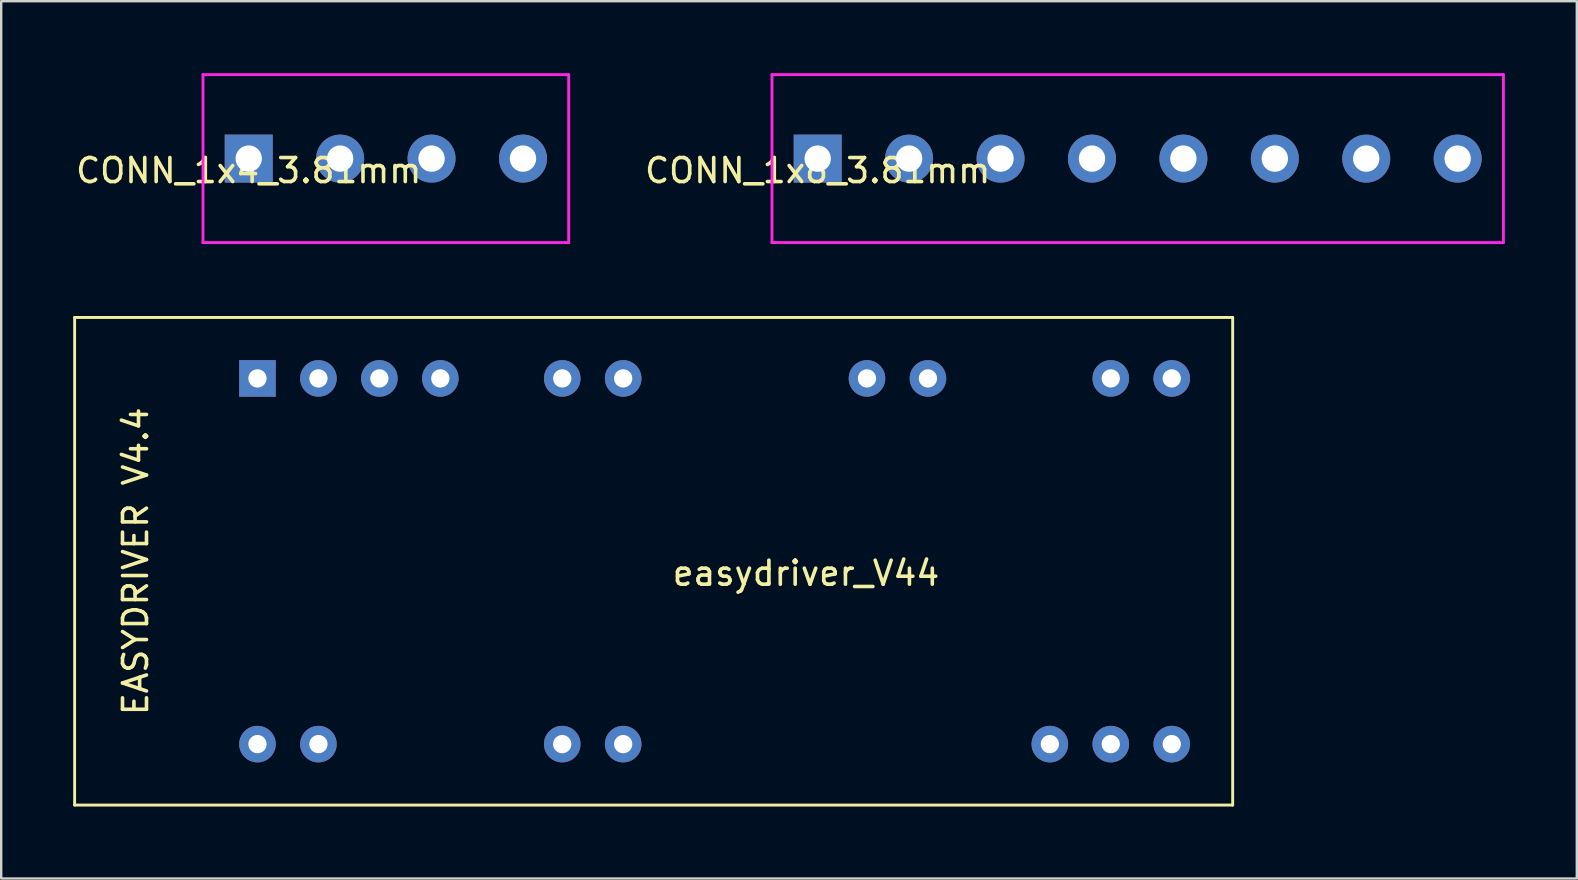
<source format=kicad_pcb>
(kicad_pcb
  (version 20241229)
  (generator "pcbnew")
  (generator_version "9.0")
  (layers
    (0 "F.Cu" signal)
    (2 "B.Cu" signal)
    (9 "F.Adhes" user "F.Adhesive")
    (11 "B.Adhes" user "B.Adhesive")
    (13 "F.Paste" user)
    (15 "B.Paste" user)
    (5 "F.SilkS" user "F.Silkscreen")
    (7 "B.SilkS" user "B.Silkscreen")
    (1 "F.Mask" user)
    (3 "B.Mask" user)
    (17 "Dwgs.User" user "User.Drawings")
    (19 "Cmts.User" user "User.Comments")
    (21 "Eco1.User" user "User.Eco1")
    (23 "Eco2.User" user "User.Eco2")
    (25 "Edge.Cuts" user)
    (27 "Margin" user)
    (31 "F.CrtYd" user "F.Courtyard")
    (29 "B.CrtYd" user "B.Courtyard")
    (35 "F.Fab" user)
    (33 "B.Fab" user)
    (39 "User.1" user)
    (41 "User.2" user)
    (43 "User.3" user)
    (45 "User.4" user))
  (footprint "CONN_1x4_3.81mm"
    (layer "F.Cu")
    (at 7.315 3.56)
    (property "Reference" "CONN_1x4_3.81mm" (at 0 0.5 0) (layer "F.SilkS") (effects (font (size 1 1) (thickness 0.15))))
    (attr through_hole)
    (fp_line (start -1.905 -3.5) (end -1.905 3.5) (stroke (width 0.12) (type solid)) (layer "F.CrtYd"))
    (fp_line (start -1.905 3.5) (end 13.335 3.5) (stroke (width 0.12) (type solid)) (layer "F.CrtYd"))
    (fp_line (start 13.335 -3.5) (end -1.905 -3.5) (stroke (width 0.12) (type solid)) (layer "F.CrtYd"))
    (fp_line (start 13.335 3.5) (end 13.335 -3.5) (stroke (width 0.12) (type solid)) (layer "F.CrtYd"))
    (pad "1" thru_hole rect (at 0 0 90) (size 2 2) (drill 1.1) (layers "*.Cu" "*.Mask"))
    (pad "2" thru_hole circle (at 3.81 0 90) (size 2 2) (drill 1.1) (layers "*.Cu" "*.Mask"))
    (pad "3" thru_hole circle (at 7.62 0 90) (size 2 2) (drill 1.1) (layers "*.Cu" "*.Mask"))
    (pad "4" thru_hole circle (at 11.43 0 90) (size 2 2) (drill 1.1) (layers "*.Cu" "*.Mask")))
  (footprint "CONN_1x8_3.81mm"
    (layer "F.Cu")
    (at 31.026 3.56)
    (property "Reference" "CONN_1x8_3.81mm" (at 0 0.5 0) (layer "F.SilkS") (effects (font (size 1 1) (thickness 0.15))))
    (attr through_hole)
    (fp_line (start -1.905 -3.5) (end -1.905 3.5) (stroke (width 0.12) (type solid)) (layer "F.CrtYd"))
    (fp_line (start -1.905 3.5) (end 28.575 3.5) (stroke (width 0.12) (type solid)) (layer "F.CrtYd"))
    (fp_line (start 28.575 -3.5) (end -1.905 -3.5) (stroke (width 0.12) (type solid)) (layer "F.CrtYd"))
    (fp_line (start 28.575 3.5) (end 28.575 -3.5) (stroke (width 0.12) (type solid)) (layer "F.CrtYd"))
    (pad "1" thru_hole rect (at 0 0 90) (size 2 2) (drill 1.1) (layers "*.Cu" "*.Mask"))
    (pad "2" thru_hole circle (at 3.81 0 90) (size 2 2) (drill 1.1) (layers "*.Cu" "*.Mask"))
    (pad "3" thru_hole circle (at 7.62 0 90) (size 2 2) (drill 1.1) (layers "*.Cu" "*.Mask"))
    (pad "4" thru_hole circle (at 11.43 0 90) (size 2 2) (drill 1.1) (layers "*.Cu" "*.Mask"))
    (pad "5" thru_hole circle (at 15.24 0) (size 2 2) (drill 1.1) (layers "*.Cu" "*.Mask"))
    (pad "6" thru_hole circle (at 19.05 0) (size 2 2) (drill 1.1) (layers "*.Cu" "*.Mask"))
    (pad "7" thru_hole circle (at 22.86 0) (size 2 2) (drill 1.1) (layers "*.Cu" "*.Mask"))
    (pad "8" thru_hole circle (at 26.67 0) (size 2 2) (drill 1.1) (layers "*.Cu" "*.Mask")))
  (footprint "easydriver_V44"
    (layer "F.Cu")
    (at 30.54 20.34)
    (property "Reference" "easydriver_V44" (at 0 0.5 0) (layer "F.SilkS") (effects (font (size 1 1) (thickness 0.15))))
    (attr through_hole)
    (fp_line (start -30.48 -10.16) (end -30.48 10.16) (stroke (width 0.12) (type solid)) (layer "F.SilkS"))
    (fp_line (start -30.48 10.16) (end 17.78 10.16) (stroke (width 0.12) (type solid)) (layer "F.SilkS"))
    (fp_line (start 17.78 -10.16) (end -30.48 -10.16) (stroke (width 0.12) (type solid)) (layer "F.SilkS"))
    (fp_line (start 17.78 10.16) (end 17.78 -10.16) (stroke (width 0.12) (type solid)) (layer "F.SilkS"))
    (fp_text user "EASYDRIVER V4.4" (at -27.94 0 90) (layer "F.SilkS") (effects (font (size 1 1) (thickness 0.15))))
    (pad "1" thru_hole rect (at -22.86 -7.62) (size 1.524 1.524) (drill 0.762) (layers "*.Cu" "*.Mask"))
    (pad "2" thru_hole circle (at -20.32 -7.62) (size 1.524 1.524) (drill 0.762) (layers "*.Cu" "*.Mask"))
    (pad "3" thru_hole circle (at -17.78 -7.62) (size 1.524 1.524) (drill 0.762) (layers "*.Cu" "*.Mask"))
    (pad "4" thru_hole circle (at -15.24 -7.62) (size 1.524 1.524) (drill 0.762) (layers "*.Cu" "*.Mask"))
    (pad "5" thru_hole circle (at -10.16 -7.62) (size 1.524 1.524) (drill 0.762) (layers "*.Cu" "*.Mask"))
    (pad "6" thru_hole circle (at -7.62 -7.62) (size 1.524 1.524) (drill 0.762) (layers "*.Cu" "*.Mask"))
    (pad "7" thru_hole circle (at 2.54 -7.62) (size 1.524 1.524) (drill 0.762) (layers "*.Cu" "*.Mask"))
    (pad "8" thru_hole circle (at 5.08 -7.62) (size 1.524 1.524) (drill 0.762) (layers "*.Cu" "*.Mask"))
    (pad "9" thru_hole circle (at 12.7 -7.62) (size 1.524 1.524) (drill 0.762) (layers "*.Cu" "*.Mask"))
    (pad "10" thru_hole circle (at 15.24 -7.62) (size 1.524 1.524) (drill 0.762) (layers "*.Cu" "*.Mask"))
    (pad "11" thru_hole circle (at 15.24 7.62) (size 1.524 1.524) (drill 0.762) (layers "*.Cu" "*.Mask"))
    (pad "12" thru_hole circle (at 12.7 7.62) (size 1.524 1.524) (drill 0.762) (layers "*.Cu" "*.Mask"))
    (pad "13" thru_hole circle (at 10.16 7.62) (size 1.524 1.524) (drill 0.762) (layers "*.Cu" "*.Mask"))
    (pad "14" thru_hole circle (at -7.62 7.62) (size 1.524 1.524) (drill 0.762) (layers "*.Cu" "*.Mask"))
    (pad "15" thru_hole circle (at -10.16 7.62) (size 1.524 1.524) (drill 0.762) (layers "*.Cu" "*.Mask"))
    (pad "16" thru_hole circle (at -20.32 7.62) (size 1.524 1.524) (drill 0.762) (layers "*.Cu" "*.Mask"))
    (pad "17" thru_hole circle (at -22.86 7.62) (size 1.524 1.524) (drill 0.762) (layers "*.Cu" "*.Mask")))
  (gr_rect
    (start -3 -3)
    (end 62.661 33.56)
    (stroke (width 0.1) (type default))
    (fill no)
    (layer "Edge.Cuts")))
</source>
